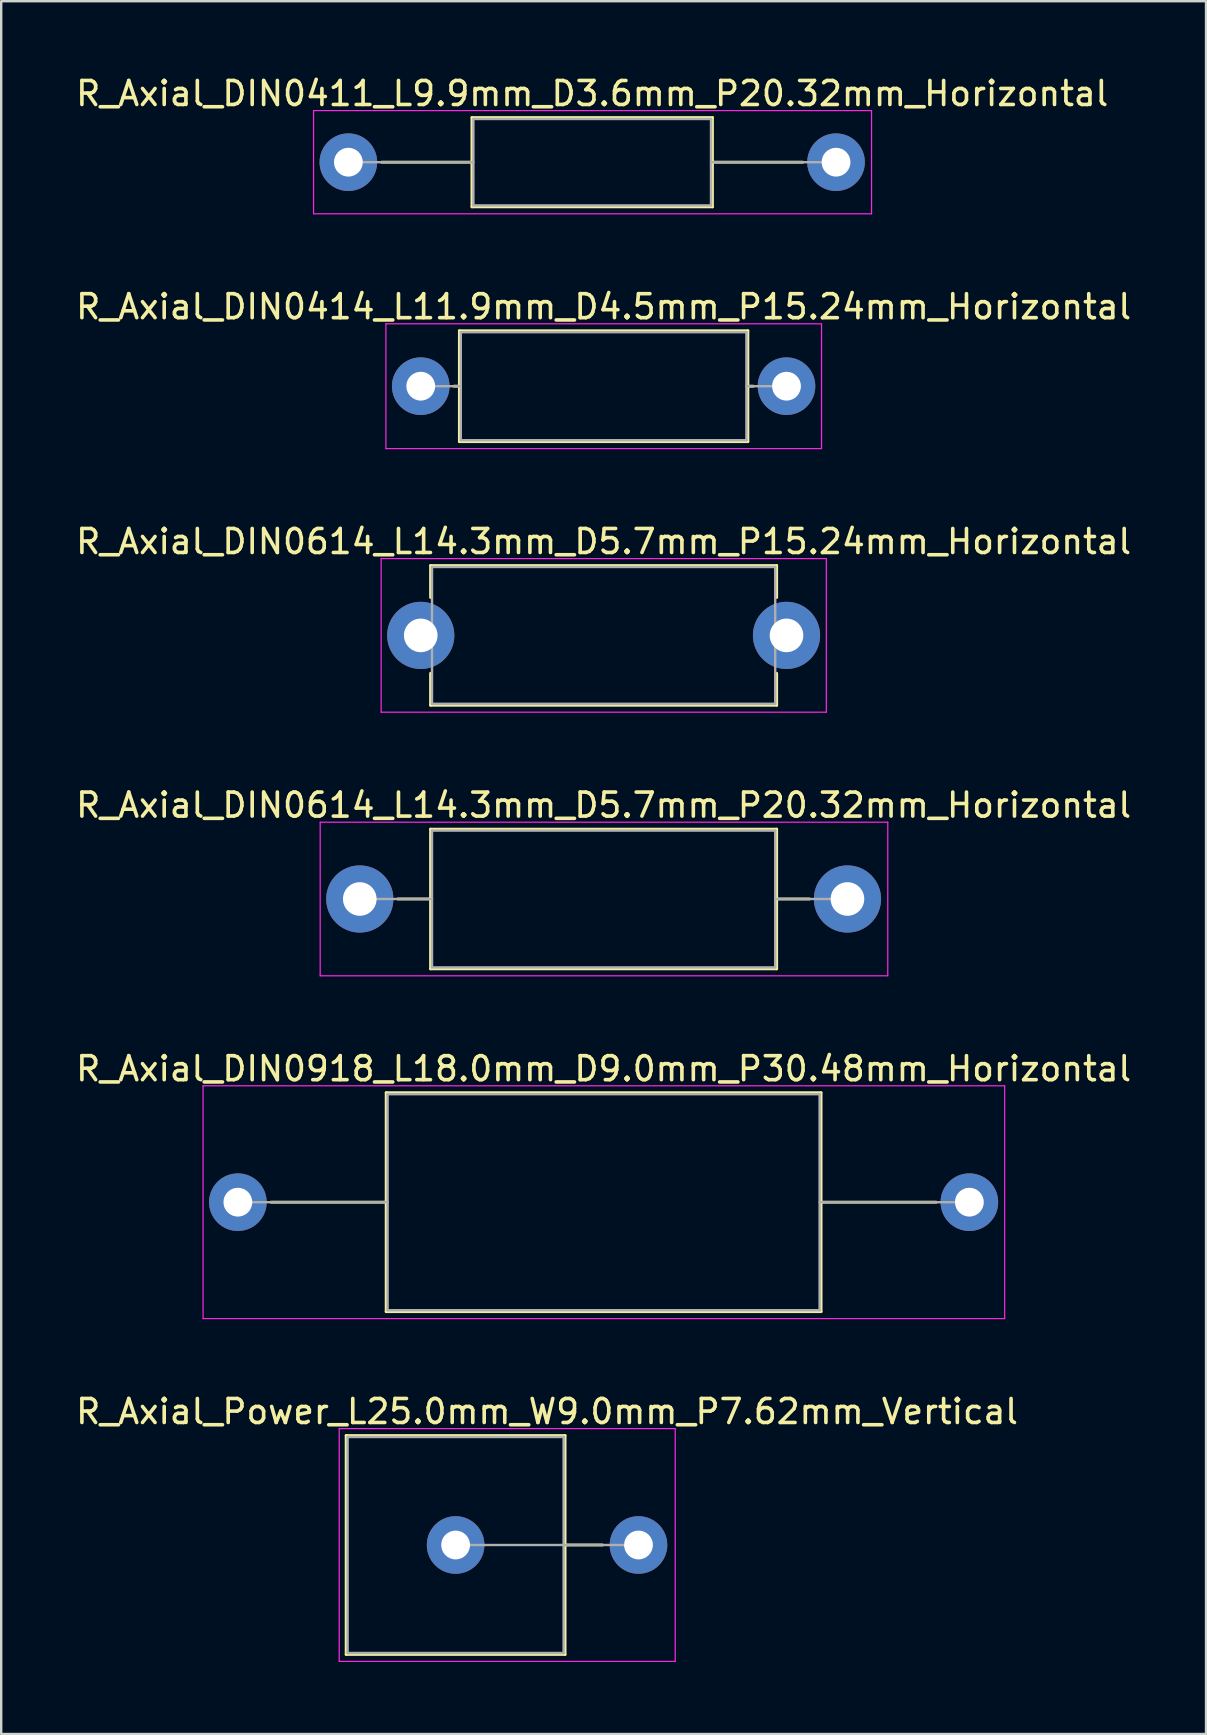
<source format=kicad_pcb>
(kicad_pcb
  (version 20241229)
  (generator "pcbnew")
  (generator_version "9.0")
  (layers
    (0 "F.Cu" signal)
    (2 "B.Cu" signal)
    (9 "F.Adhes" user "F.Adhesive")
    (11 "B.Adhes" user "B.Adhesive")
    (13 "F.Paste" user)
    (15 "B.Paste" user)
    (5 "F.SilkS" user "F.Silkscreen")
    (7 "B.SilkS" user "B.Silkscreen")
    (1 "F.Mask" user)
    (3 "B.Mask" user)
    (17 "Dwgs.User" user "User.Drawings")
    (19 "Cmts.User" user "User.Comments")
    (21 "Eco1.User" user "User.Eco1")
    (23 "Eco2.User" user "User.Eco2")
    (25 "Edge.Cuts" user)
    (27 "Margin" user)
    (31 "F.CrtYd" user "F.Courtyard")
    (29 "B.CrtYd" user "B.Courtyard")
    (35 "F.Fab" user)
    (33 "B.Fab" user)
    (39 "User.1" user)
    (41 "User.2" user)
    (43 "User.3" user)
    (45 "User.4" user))
  (footprint "R_Axial_DIN0411_L9.9mm_D3.6mm_P20.32mm_Horizontal"
    (layer "F.Cu")
    (at 11.465 3.708)
    (property "Reference" "R_Axial_DIN0411_L9.9mm_D3.6mm_P20.32mm_Horizontal" (at 10.16 -2.86 0) (layer "F.SilkS") (effects (font (size 1 1) (thickness 0.15))))
    (attr through_hole)
    (fp_line (start 1.38 0) (end 5.15 0) (stroke (width 0.12) (type solid)) (layer "F.SilkS"))
    (fp_line (start 5.15 -1.86) (end 5.15 1.86) (stroke (width 0.12) (type solid)) (layer "F.SilkS"))
    (fp_line (start 5.15 1.86) (end 15.17 1.86) (stroke (width 0.12) (type solid)) (layer "F.SilkS"))
    (fp_line (start 15.17 -1.86) (end 5.15 -1.86) (stroke (width 0.12) (type solid)) (layer "F.SilkS"))
    (fp_line (start 15.17 1.86) (end 15.17 -1.86) (stroke (width 0.12) (type solid)) (layer "F.SilkS"))
    (fp_line (start 18.94 0) (end 15.17 0) (stroke (width 0.12) (type solid)) (layer "F.SilkS"))
    (fp_line (start -1.45 -2.15) (end -1.45 2.15) (stroke (width 0.05) (type solid)) (layer "F.CrtYd"))
    (fp_line (start -1.45 2.15) (end 21.8 2.15) (stroke (width 0.05) (type solid)) (layer "F.CrtYd"))
    (fp_line (start 21.8 -2.15) (end -1.45 -2.15) (stroke (width 0.05) (type solid)) (layer "F.CrtYd"))
    (fp_line (start 21.8 2.15) (end 21.8 -2.15) (stroke (width 0.05) (type solid)) (layer "F.CrtYd"))
    (fp_line (start 0 0) (end 5.21 0) (stroke (width 0.1) (type solid)) (layer "F.Fab"))
    (fp_line (start 5.21 -1.8) (end 5.21 1.8) (stroke (width 0.1) (type solid)) (layer "F.Fab"))
    (fp_line (start 5.21 1.8) (end 15.11 1.8) (stroke (width 0.1) (type solid)) (layer "F.Fab"))
    (fp_line (start 15.11 -1.8) (end 5.21 -1.8) (stroke (width 0.1) (type solid)) (layer "F.Fab"))
    (fp_line (start 15.11 1.8) (end 15.11 -1.8) (stroke (width 0.1) (type solid)) (layer "F.Fab"))
    (fp_line (start 20.32 0) (end 15.11 0) (stroke (width 0.1) (type solid)) (layer "F.Fab"))
    (pad "1" thru_hole circle (at 0 0) (size 2.4 2.4) (drill 1.2) (layers "*.Cu" "*.Mask"))
    (pad "2" thru_hole oval (at 20.32 0) (size 2.4 2.4) (drill 1.2) (layers "*.Cu" "*.Mask")))
  (footprint "R_Axial_DIN0614_L14.3mm_D5.7mm_P20.32mm_Horizontal"
    (layer "F.Cu")
    (at 11.941 34.408)
    (property "Reference" "R_Axial_DIN0614_L14.3mm_D5.7mm_P20.32mm_Horizontal" (at 10.16 -3.91 0) (layer "F.SilkS") (effects (font (size 1 1) (thickness 0.15))))
    (attr through_hole)
    (fp_line (start 1.58 0) (end 2.95 0) (stroke (width 0.12) (type solid)) (layer "F.SilkS"))
    (fp_line (start 2.95 -2.91) (end 2.95 2.91) (stroke (width 0.12) (type solid)) (layer "F.SilkS"))
    (fp_line (start 2.95 2.91) (end 17.37 2.91) (stroke (width 0.12) (type solid)) (layer "F.SilkS"))
    (fp_line (start 17.37 -2.91) (end 2.95 -2.91) (stroke (width 0.12) (type solid)) (layer "F.SilkS"))
    (fp_line (start 17.37 2.91) (end 17.37 -2.91) (stroke (width 0.12) (type solid)) (layer "F.SilkS"))
    (fp_line (start 18.74 0) (end 17.37 0) (stroke (width 0.12) (type solid)) (layer "F.SilkS"))
    (fp_line (start -1.65 -3.2) (end -1.65 3.2) (stroke (width 0.05) (type solid)) (layer "F.CrtYd"))
    (fp_line (start -1.65 3.2) (end 22 3.2) (stroke (width 0.05) (type solid)) (layer "F.CrtYd"))
    (fp_line (start 22 -3.2) (end -1.65 -3.2) (stroke (width 0.05) (type solid)) (layer "F.CrtYd"))
    (fp_line (start 22 3.2) (end 22 -3.2) (stroke (width 0.05) (type solid)) (layer "F.CrtYd"))
    (fp_line (start 0 0) (end 3.01 0) (stroke (width 0.1) (type solid)) (layer "F.Fab"))
    (fp_line (start 3.01 -2.85) (end 3.01 2.85) (stroke (width 0.1) (type solid)) (layer "F.Fab"))
    (fp_line (start 3.01 2.85) (end 17.31 2.85) (stroke (width 0.1) (type solid)) (layer "F.Fab"))
    (fp_line (start 17.31 -2.85) (end 3.01 -2.85) (stroke (width 0.1) (type solid)) (layer "F.Fab"))
    (fp_line (start 17.31 2.85) (end 17.31 -2.85) (stroke (width 0.1) (type solid)) (layer "F.Fab"))
    (fp_line (start 20.32 0) (end 17.31 0) (stroke (width 0.1) (type solid)) (layer "F.Fab"))
    (pad "1" thru_hole circle (at 0 0) (size 2.8 2.8) (drill 1.4) (layers "*.Cu" "*.Mask"))
    (pad "2" thru_hole oval (at 20.32 0) (size 2.8 2.8) (drill 1.4) (layers "*.Cu" "*.Mask")))
  (footprint "R_Axial_Power_L25.0mm_W9.0mm_P7.62mm_Vertical"
    (layer "F.Cu")
    (at 15.934 61.325)
    (property "Reference" "R_Axial_Power_L25.0mm_W9.0mm_P7.62mm_Vertical" (at 3.81 -5.56 0) (layer "F.SilkS") (effects (font (size 1 1) (thickness 0.15))))
    (attr through_hole)
    (fp_line (start -4.56 -4.56) (end -4.56 4.56) (stroke (width 0.12) (type solid)) (layer "F.SilkS"))
    (fp_line (start -4.56 4.56) (end 4.56 4.56) (stroke (width 0.12) (type solid)) (layer "F.SilkS"))
    (fp_line (start 4.56 -4.56) (end -4.56 -4.56) (stroke (width 0.12) (type solid)) (layer "F.SilkS"))
    (fp_line (start 4.56 0) (end 6.12 0) (stroke (width 0.12) (type solid)) (layer "F.SilkS"))
    (fp_line (start 4.56 4.56) (end 4.56 -4.56) (stroke (width 0.12) (type solid)) (layer "F.SilkS"))
    (fp_line (start -4.85 -4.85) (end -4.85 4.85) (stroke (width 0.05) (type solid)) (layer "F.CrtYd"))
    (fp_line (start -4.85 4.85) (end 9.15 4.85) (stroke (width 0.05) (type solid)) (layer "F.CrtYd"))
    (fp_line (start 9.15 -4.85) (end -4.85 -4.85) (stroke (width 0.05) (type solid)) (layer "F.CrtYd"))
    (fp_line (start 9.15 4.85) (end 9.15 -4.85) (stroke (width 0.05) (type solid)) (layer "F.CrtYd"))
    (fp_line (start -4.5 -4.5) (end -4.5 4.5) (stroke (width 0.1) (type solid)) (layer "F.Fab"))
    (fp_line (start -4.5 4.5) (end 4.5 4.5) (stroke (width 0.1) (type solid)) (layer "F.Fab"))
    (fp_line (start 0 0) (end 7.62 0) (stroke (width 0.1) (type solid)) (layer "F.Fab"))
    (fp_line (start 4.5 -4.5) (end -4.5 -4.5) (stroke (width 0.1) (type solid)) (layer "F.Fab"))
    (fp_line (start 4.5 4.5) (end 4.5 -4.5) (stroke (width 0.1) (type solid)) (layer "F.Fab"))
    (pad "1" thru_hole circle (at 0 0) (size 2.4 2.4) (drill 1.2) (layers "*.Cu" "*.Mask"))
    (pad "2" thru_hole oval (at 7.62 0) (size 2.4 2.4) (drill 1.2) (layers "*.Cu" "*.Mask")))
  (footprint "R_Axial_DIN0918_L18.0mm_D9.0mm_P30.48mm_Horizontal"
    (layer "F.Cu")
    (at 6.861 47.041)
    (property "Reference" "R_Axial_DIN0918_L18.0mm_D9.0mm_P30.48mm_Horizontal" (at 15.24 -5.56 0) (layer "F.SilkS") (effects (font (size 1 1) (thickness 0.15))))
    (attr through_hole)
    (fp_line (start 1.38 0) (end 6.18 0) (stroke (width 0.12) (type solid)) (layer "F.SilkS"))
    (fp_line (start 6.18 -4.56) (end 6.18 4.56) (stroke (width 0.12) (type solid)) (layer "F.SilkS"))
    (fp_line (start 6.18 4.56) (end 24.3 4.56) (stroke (width 0.12) (type solid)) (layer "F.SilkS"))
    (fp_line (start 24.3 -4.56) (end 6.18 -4.56) (stroke (width 0.12) (type solid)) (layer "F.SilkS"))
    (fp_line (start 24.3 4.56) (end 24.3 -4.56) (stroke (width 0.12) (type solid)) (layer "F.SilkS"))
    (fp_line (start 29.1 0) (end 24.3 0) (stroke (width 0.12) (type solid)) (layer "F.SilkS"))
    (fp_line (start -1.45 -4.85) (end -1.45 4.85) (stroke (width 0.05) (type solid)) (layer "F.CrtYd"))
    (fp_line (start -1.45 4.85) (end 31.95 4.85) (stroke (width 0.05) (type solid)) (layer "F.CrtYd"))
    (fp_line (start 31.95 -4.85) (end -1.45 -4.85) (stroke (width 0.05) (type solid)) (layer "F.CrtYd"))
    (fp_line (start 31.95 4.85) (end 31.95 -4.85) (stroke (width 0.05) (type solid)) (layer "F.CrtYd"))
    (fp_line (start 0 0) (end 6.24 0) (stroke (width 0.1) (type solid)) (layer "F.Fab"))
    (fp_line (start 6.24 -4.5) (end 6.24 4.5) (stroke (width 0.1) (type solid)) (layer "F.Fab"))
    (fp_line (start 6.24 4.5) (end 24.24 4.5) (stroke (width 0.1) (type solid)) (layer "F.Fab"))
    (fp_line (start 24.24 -4.5) (end 6.24 -4.5) (stroke (width 0.1) (type solid)) (layer "F.Fab"))
    (fp_line (start 24.24 4.5) (end 24.24 -4.5) (stroke (width 0.1) (type solid)) (layer "F.Fab"))
    (fp_line (start 30.48 0) (end 24.24 0) (stroke (width 0.1) (type solid)) (layer "F.Fab"))
    (pad "1" thru_hole circle (at 0 0) (size 2.4 2.4) (drill 1.2) (layers "*.Cu" "*.Mask"))
    (pad "2" thru_hole oval (at 30.48 0) (size 2.4 2.4) (drill 1.2) (layers "*.Cu" "*.Mask")))
  (footprint "R_Axial_DIN0614_L14.3mm_D5.7mm_P15.24mm_Horizontal"
    (layer "F.Cu")
    (at 14.481 23.425)
    (property "Reference" "R_Axial_DIN0614_L14.3mm_D5.7mm_P15.24mm_Horizontal" (at 7.62 -3.91 0) (layer "F.SilkS") (effects (font (size 1 1) (thickness 0.15))))
    (attr through_hole)
    (fp_line (start 0.41 -2.91) (end 14.83 -2.91) (stroke (width 0.12) (type solid)) (layer "F.SilkS"))
    (fp_line (start 0.41 -1.58) (end 0.41 -2.91) (stroke (width 0.12) (type solid)) (layer "F.SilkS"))
    (fp_line (start 0.41 1.58) (end 0.41 2.91) (stroke (width 0.12) (type solid)) (layer "F.SilkS"))
    (fp_line (start 0.41 2.91) (end 14.83 2.91) (stroke (width 0.12) (type solid)) (layer "F.SilkS"))
    (fp_line (start 14.83 -2.91) (end 14.83 -1.58) (stroke (width 0.12) (type solid)) (layer "F.SilkS"))
    (fp_line (start 14.83 2.91) (end 14.83 1.58) (stroke (width 0.12) (type solid)) (layer "F.SilkS"))
    (fp_line (start -1.65 -3.2) (end -1.65 3.2) (stroke (width 0.05) (type solid)) (layer "F.CrtYd"))
    (fp_line (start -1.65 3.2) (end 16.9 3.2) (stroke (width 0.05) (type solid)) (layer "F.CrtYd"))
    (fp_line (start 16.9 -3.2) (end -1.65 -3.2) (stroke (width 0.05) (type solid)) (layer "F.CrtYd"))
    (fp_line (start 16.9 3.2) (end 16.9 -3.2) (stroke (width 0.05) (type solid)) (layer "F.CrtYd"))
    (fp_line (start 0 0) (end 0.47 0) (stroke (width 0.1) (type solid)) (layer "F.Fab"))
    (fp_line (start 0.47 -2.85) (end 0.47 2.85) (stroke (width 0.1) (type solid)) (layer "F.Fab"))
    (fp_line (start 0.47 2.85) (end 14.77 2.85) (stroke (width 0.1) (type solid)) (layer "F.Fab"))
    (fp_line (start 14.77 -2.85) (end 0.47 -2.85) (stroke (width 0.1) (type solid)) (layer "F.Fab"))
    (fp_line (start 14.77 2.85) (end 14.77 -2.85) (stroke (width 0.1) (type solid)) (layer "F.Fab"))
    (fp_line (start 15.24 0) (end 14.77 0) (stroke (width 0.1) (type solid)) (layer "F.Fab"))
    (pad "1" thru_hole circle (at 0 0) (size 2.8 2.8) (drill 1.4) (layers "*.Cu" "*.Mask"))
    (pad "2" thru_hole oval (at 15.24 0) (size 2.8 2.8) (drill 1.4) (layers "*.Cu" "*.Mask")))
  (footprint "R_Axial_DIN0414_L11.9mm_D4.5mm_P15.24mm_Horizontal"
    (layer "F.Cu")
    (at 14.481 13.041)
    (property "Reference" "R_Axial_DIN0414_L11.9mm_D4.5mm_P15.24mm_Horizontal" (at 7.62 -3.31 0) (layer "F.SilkS") (effects (font (size 1 1) (thickness 0.15))))
    (attr through_hole)
    (fp_line (start 1.38 0) (end 1.61 0) (stroke (width 0.12) (type solid)) (layer "F.SilkS"))
    (fp_line (start 1.61 -2.31) (end 1.61 2.31) (stroke (width 0.12) (type solid)) (layer "F.SilkS"))
    (fp_line (start 1.61 2.31) (end 13.63 2.31) (stroke (width 0.12) (type solid)) (layer "F.SilkS"))
    (fp_line (start 13.63 -2.31) (end 1.61 -2.31) (stroke (width 0.12) (type solid)) (layer "F.SilkS"))
    (fp_line (start 13.63 2.31) (end 13.63 -2.31) (stroke (width 0.12) (type solid)) (layer "F.SilkS"))
    (fp_line (start 13.86 0) (end 13.63 0) (stroke (width 0.12) (type solid)) (layer "F.SilkS"))
    (fp_line (start -1.45 -2.6) (end -1.45 2.6) (stroke (width 0.05) (type solid)) (layer "F.CrtYd"))
    (fp_line (start -1.45 2.6) (end 16.7 2.6) (stroke (width 0.05) (type solid)) (layer "F.CrtYd"))
    (fp_line (start 16.7 -2.6) (end -1.45 -2.6) (stroke (width 0.05) (type solid)) (layer "F.CrtYd"))
    (fp_line (start 16.7 2.6) (end 16.7 -2.6) (stroke (width 0.05) (type solid)) (layer "F.CrtYd"))
    (fp_line (start 0 0) (end 1.67 0) (stroke (width 0.1) (type solid)) (layer "F.Fab"))
    (fp_line (start 1.67 -2.25) (end 1.67 2.25) (stroke (width 0.1) (type solid)) (layer "F.Fab"))
    (fp_line (start 1.67 2.25) (end 13.57 2.25) (stroke (width 0.1) (type solid)) (layer "F.Fab"))
    (fp_line (start 13.57 -2.25) (end 1.67 -2.25) (stroke (width 0.1) (type solid)) (layer "F.Fab"))
    (fp_line (start 13.57 2.25) (end 13.57 -2.25) (stroke (width 0.1) (type solid)) (layer "F.Fab"))
    (fp_line (start 15.24 0) (end 13.57 0) (stroke (width 0.1) (type solid)) (layer "F.Fab"))
    (pad "1" thru_hole circle (at 0 0) (size 2.4 2.4) (drill 1.2) (layers "*.Cu" "*.Mask"))
    (pad "2" thru_hole oval (at 15.24 0) (size 2.4 2.4) (drill 1.2) (layers "*.Cu" "*.Mask")))
  (gr_rect
    (start -3 -3)
    (end 47.202 69.2)
    (stroke (width 0.1) (type default))
    (fill no)
    (layer "Edge.Cuts")))
</source>
